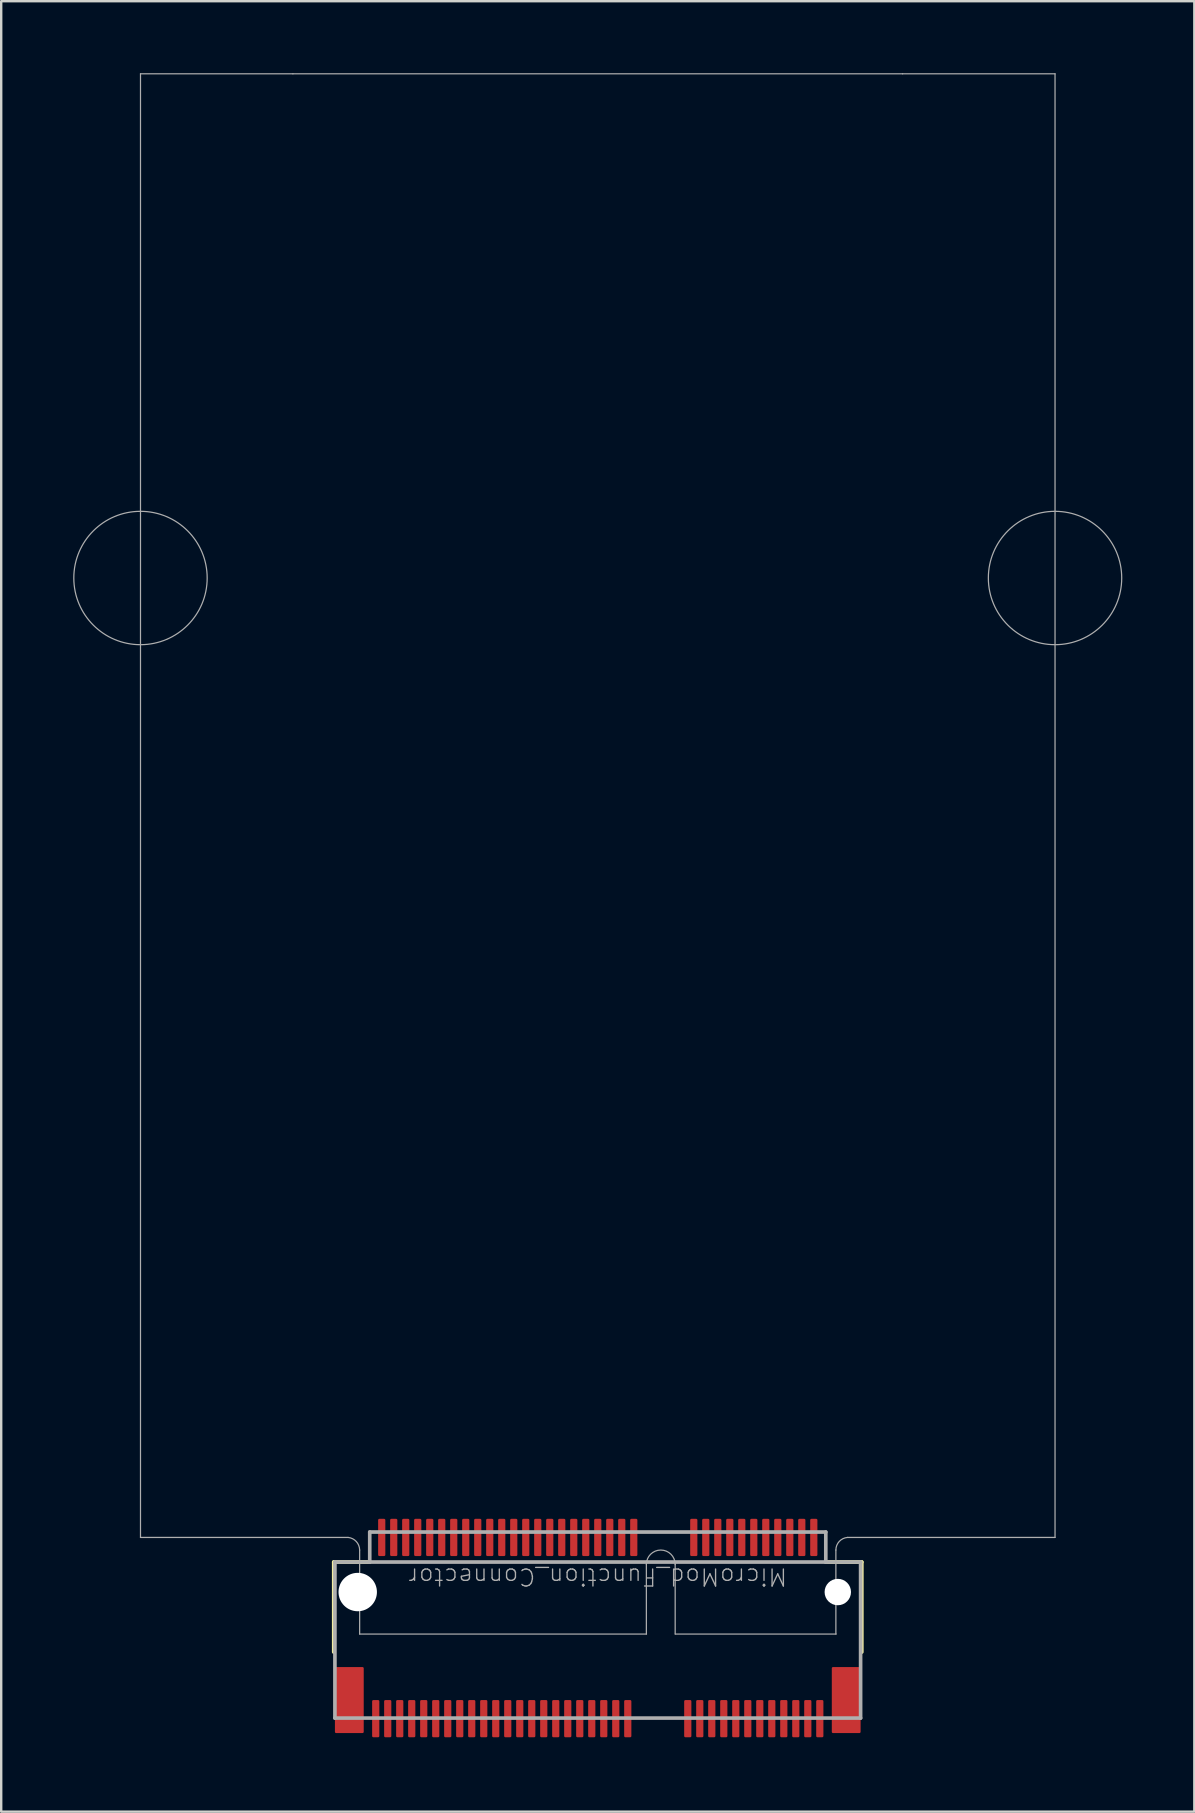
<source format=kicad_pcb>
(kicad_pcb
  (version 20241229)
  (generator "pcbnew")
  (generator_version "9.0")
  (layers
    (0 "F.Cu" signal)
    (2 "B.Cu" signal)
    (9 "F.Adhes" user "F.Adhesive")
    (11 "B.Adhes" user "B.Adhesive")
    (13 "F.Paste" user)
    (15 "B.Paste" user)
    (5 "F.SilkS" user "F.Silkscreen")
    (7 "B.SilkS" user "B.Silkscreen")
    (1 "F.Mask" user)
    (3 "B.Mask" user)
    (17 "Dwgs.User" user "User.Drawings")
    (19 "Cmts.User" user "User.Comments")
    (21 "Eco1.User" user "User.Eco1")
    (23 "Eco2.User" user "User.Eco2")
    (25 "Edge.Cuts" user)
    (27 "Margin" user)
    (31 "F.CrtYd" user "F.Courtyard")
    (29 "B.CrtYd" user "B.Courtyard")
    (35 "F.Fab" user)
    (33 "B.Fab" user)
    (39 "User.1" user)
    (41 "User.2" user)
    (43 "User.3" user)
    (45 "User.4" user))
  (footprint "MicroMod_Function_Connector"
    (layer "F.Cu")
    (at 21.853 63.275)
    (property "Reference" "MicroMod_Function_Connector" (at 0 -0.635 180) (unlocked yes) (layer "F.Fab") (effects (font (size 0.706 0.706) (thickness 0.056))))
    (fp_line (start -11 2.5) (end -11 -1.25) (stroke (width 0.152) (type solid)) (layer "F.SilkS"))
    (fp_line (start -9.5 -1.25) (end -11 -1.25) (stroke (width 0.152) (type solid)) (layer "F.SilkS"))
    (fp_line (start 11 -1.25) (end 9.5 -1.25) (stroke (width 0.152) (type solid)) (layer "F.SilkS"))
    (fp_line (start 11 2.5) (end 11 -1.25) (stroke (width 0.152) (type solid)) (layer "F.SilkS"))
    (fp_poly (pts (xy -9.4 6.15) (xy -9.1 6.15) (xy -9.1 4.4) (xy -9.4 4.4)) (stroke (width 0) (type default)) (fill yes) (layer "F.Paste"))
    (fp_poly (pts (xy -9.15 -1.4) (xy -8.85 -1.4) (xy -8.85 -3.15) (xy -9.15 -3.15)) (stroke (width 0) (type default)) (fill yes) (layer "F.Paste"))
    (fp_poly (pts (xy -8.9 6.15) (xy -8.6 6.15) (xy -8.6 4.4) (xy -8.9 4.4)) (stroke (width 0) (type default)) (fill yes) (layer "F.Paste"))
    (fp_poly (pts (xy -8.65 -1.4) (xy -8.35 -1.4) (xy -8.35 -3.15) (xy -8.65 -3.15)) (stroke (width 0) (type default)) (fill yes) (layer "F.Paste"))
    (fp_poly (pts (xy -8.4 6.15) (xy -8.1 6.15) (xy -8.1 4.4) (xy -8.4 4.4)) (stroke (width 0) (type default)) (fill yes) (layer "F.Paste"))
    (fp_poly (pts (xy -8.15 -1.4) (xy -7.85 -1.4) (xy -7.85 -3.15) (xy -8.15 -3.15)) (stroke (width 0) (type default)) (fill yes) (layer "F.Paste"))
    (fp_poly (pts (xy -7.9 6.15) (xy -7.6 6.15) (xy -7.6 4.4) (xy -7.9 4.4)) (stroke (width 0) (type default)) (fill yes) (layer "F.Paste"))
    (fp_poly (pts (xy -7.65 -1.4) (xy -7.35 -1.4) (xy -7.35 -3.15) (xy -7.65 -3.15)) (stroke (width 0) (type default)) (fill yes) (layer "F.Paste"))
    (fp_poly (pts (xy -7.4 6.15) (xy -7.1 6.15) (xy -7.1 4.4) (xy -7.4 4.4)) (stroke (width 0) (type default)) (fill yes) (layer "F.Paste"))
    (fp_poly (pts (xy -7.15 -1.4) (xy -6.85 -1.4) (xy -6.85 -3.15) (xy -7.15 -3.15)) (stroke (width 0) (type default)) (fill yes) (layer "F.Paste"))
    (fp_poly (pts (xy -6.9 6.15) (xy -6.6 6.15) (xy -6.6 4.4) (xy -6.9 4.4)) (stroke (width 0) (type default)) (fill yes) (layer "F.Paste"))
    (fp_poly (pts (xy -6.65 -1.4) (xy -6.35 -1.4) (xy -6.35 -3.15) (xy -6.65 -3.15)) (stroke (width 0) (type default)) (fill yes) (layer "F.Paste"))
    (fp_poly (pts (xy -6.4 6.15) (xy -6.1 6.15) (xy -6.1 4.4) (xy -6.4 4.4)) (stroke (width 0) (type default)) (fill yes) (layer "F.Paste"))
    (fp_poly (pts (xy -6.15 -1.4) (xy -5.85 -1.4) (xy -5.85 -3.15) (xy -6.15 -3.15)) (stroke (width 0) (type default)) (fill yes) (layer "F.Paste"))
    (fp_poly (pts (xy -5.9 6.15) (xy -5.6 6.15) (xy -5.6 4.4) (xy -5.9 4.4)) (stroke (width 0) (type default)) (fill yes) (layer "F.Paste"))
    (fp_poly (pts (xy -5.65 -1.4) (xy -5.35 -1.4) (xy -5.35 -3.15) (xy -5.65 -3.15)) (stroke (width 0) (type default)) (fill yes) (layer "F.Paste"))
    (fp_poly (pts (xy -5.4 6.15) (xy -5.1 6.15) (xy -5.1 4.4) (xy -5.4 4.4)) (stroke (width 0) (type default)) (fill yes) (layer "F.Paste"))
    (fp_poly (pts (xy -5.15 -1.4) (xy -4.85 -1.4) (xy -4.85 -3.15) (xy -5.15 -3.15)) (stroke (width 0) (type default)) (fill yes) (layer "F.Paste"))
    (fp_poly (pts (xy -4.9 6.15) (xy -4.6 6.15) (xy -4.6 4.4) (xy -4.9 4.4)) (stroke (width 0) (type default)) (fill yes) (layer "F.Paste"))
    (fp_poly (pts (xy -4.65 -1.4) (xy -4.35 -1.4) (xy -4.35 -3.15) (xy -4.65 -3.15)) (stroke (width 0) (type default)) (fill yes) (layer "F.Paste"))
    (fp_poly (pts (xy -4.4 6.15) (xy -4.1 6.15) (xy -4.1 4.4) (xy -4.4 4.4)) (stroke (width 0) (type default)) (fill yes) (layer "F.Paste"))
    (fp_poly (pts (xy -4.15 -1.4) (xy -3.85 -1.4) (xy -3.85 -3.15) (xy -4.15 -3.15)) (stroke (width 0) (type default)) (fill yes) (layer "F.Paste"))
    (fp_poly (pts (xy -3.9 6.15) (xy -3.6 6.15) (xy -3.6 4.4) (xy -3.9 4.4)) (stroke (width 0) (type default)) (fill yes) (layer "F.Paste"))
    (fp_poly (pts (xy -3.65 -1.4) (xy -3.35 -1.4) (xy -3.35 -3.15) (xy -3.65 -3.15)) (stroke (width 0) (type default)) (fill yes) (layer "F.Paste"))
    (fp_poly (pts (xy -3.4 6.15) (xy -3.1 6.15) (xy -3.1 4.4) (xy -3.4 4.4)) (stroke (width 0) (type default)) (fill yes) (layer "F.Paste"))
    (fp_poly (pts (xy -3.15 -1.4) (xy -2.85 -1.4) (xy -2.85 -3.15) (xy -3.15 -3.15)) (stroke (width 0) (type default)) (fill yes) (layer "F.Paste"))
    (fp_poly (pts (xy -2.9 6.15) (xy -2.6 6.15) (xy -2.6 4.4) (xy -2.9 4.4)) (stroke (width 0) (type default)) (fill yes) (layer "F.Paste"))
    (fp_poly (pts (xy -2.65 -1.4) (xy -2.35 -1.4) (xy -2.35 -3.15) (xy -2.65 -3.15)) (stroke (width 0) (type default)) (fill yes) (layer "F.Paste"))
    (fp_poly (pts (xy -2.4 6.15) (xy -2.1 6.15) (xy -2.1 4.4) (xy -2.4 4.4)) (stroke (width 0) (type default)) (fill yes) (layer "F.Paste"))
    (fp_poly (pts (xy -2.15 -1.4) (xy -1.85 -1.4) (xy -1.85 -3.15) (xy -2.15 -3.15)) (stroke (width 0) (type default)) (fill yes) (layer "F.Paste"))
    (fp_poly (pts (xy -1.9 6.15) (xy -1.6 6.15) (xy -1.6 4.4) (xy -1.9 4.4)) (stroke (width 0) (type default)) (fill yes) (layer "F.Paste"))
    (fp_poly (pts (xy -1.65 -1.4) (xy -1.35 -1.4) (xy -1.35 -3.15) (xy -1.65 -3.15)) (stroke (width 0) (type default)) (fill yes) (layer "F.Paste"))
    (fp_poly (pts (xy -1.4 6.15) (xy -1.1 6.15) (xy -1.1 4.4) (xy -1.4 4.4)) (stroke (width 0) (type default)) (fill yes) (layer "F.Paste"))
    (fp_poly (pts (xy -1.15 -1.4) (xy -0.85 -1.4) (xy -0.85 -3.15) (xy -1.15 -3.15)) (stroke (width 0) (type default)) (fill yes) (layer "F.Paste"))
    (fp_poly (pts (xy -0.9 6.15) (xy -0.6 6.15) (xy -0.6 4.4) (xy -0.9 4.4)) (stroke (width 0) (type default)) (fill yes) (layer "F.Paste"))
    (fp_poly (pts (xy -0.65 -1.4) (xy -0.35 -1.4) (xy -0.35 -3.15) (xy -0.65 -3.15)) (stroke (width 0) (type default)) (fill yes) (layer "F.Paste"))
    (fp_poly (pts (xy -0.4 6.15) (xy -0.1 6.15) (xy -0.1 4.4) (xy -0.4 4.4)) (stroke (width 0) (type default)) (fill yes) (layer "F.Paste"))
    (fp_poly (pts (xy -0.15 -1.4) (xy 0.15 -1.4) (xy 0.15 -3.15) (xy -0.15 -3.15)) (stroke (width 0) (type default)) (fill yes) (layer "F.Paste"))
    (fp_poly (pts (xy 0.1 6.15) (xy 0.4 6.15) (xy 0.4 4.4) (xy 0.1 4.4)) (stroke (width 0) (type default)) (fill yes) (layer "F.Paste"))
    (fp_poly (pts (xy 0.35 -1.4) (xy 0.65 -1.4) (xy 0.65 -3.15) (xy 0.35 -3.15)) (stroke (width 0) (type default)) (fill yes) (layer "F.Paste"))
    (fp_poly (pts (xy 0.6 6.15) (xy 0.9 6.15) (xy 0.9 4.4) (xy 0.6 4.4)) (stroke (width 0) (type default)) (fill yes) (layer "F.Paste"))
    (fp_poly (pts (xy 0.85 -1.4) (xy 1.15 -1.4) (xy 1.15 -3.15) (xy 0.85 -3.15)) (stroke (width 0) (type default)) (fill yes) (layer "F.Paste"))
    (fp_poly (pts (xy 1.1 6.15) (xy 1.4 6.15) (xy 1.4 4.4) (xy 1.1 4.4)) (stroke (width 0) (type default)) (fill yes) (layer "F.Paste"))
    (fp_poly (pts (xy 1.35 -1.4) (xy 1.65 -1.4) (xy 1.65 -3.15) (xy 1.35 -3.15)) (stroke (width 0) (type default)) (fill yes) (layer "F.Paste"))
    (fp_poly (pts (xy 3.6 6.15) (xy 3.9 6.15) (xy 3.9 4.4) (xy 3.6 4.4)) (stroke (width 0) (type default)) (fill yes) (layer "F.Paste"))
    (fp_poly (pts (xy 3.85 -1.4) (xy 4.15 -1.4) (xy 4.15 -3.15) (xy 3.85 -3.15)) (stroke (width 0) (type default)) (fill yes) (layer "F.Paste"))
    (fp_poly (pts (xy 4.1 6.15) (xy 4.4 6.15) (xy 4.4 4.4) (xy 4.1 4.4)) (stroke (width 0) (type default)) (fill yes) (layer "F.Paste"))
    (fp_poly (pts (xy 4.35 -1.4) (xy 4.65 -1.4) (xy 4.65 -3.15) (xy 4.35 -3.15)) (stroke (width 0) (type default)) (fill yes) (layer "F.Paste"))
    (fp_poly (pts (xy 4.6 6.15) (xy 4.9 6.15) (xy 4.9 4.4) (xy 4.6 4.4)) (stroke (width 0) (type default)) (fill yes) (layer "F.Paste"))
    (fp_poly (pts (xy 4.85 -1.4) (xy 5.15 -1.4) (xy 5.15 -3.15) (xy 4.85 -3.15)) (stroke (width 0) (type default)) (fill yes) (layer "F.Paste"))
    (fp_poly (pts (xy 5.1 6.15) (xy 5.4 6.15) (xy 5.4 4.4) (xy 5.1 4.4)) (stroke (width 0) (type default)) (fill yes) (layer "F.Paste"))
    (fp_poly (pts (xy 5.35 -1.4) (xy 5.65 -1.4) (xy 5.65 -3.15) (xy 5.35 -3.15)) (stroke (width 0) (type default)) (fill yes) (layer "F.Paste"))
    (fp_poly (pts (xy 5.6 6.15) (xy 5.9 6.15) (xy 5.9 4.4) (xy 5.6 4.4)) (stroke (width 0) (type default)) (fill yes) (layer "F.Paste"))
    (fp_poly (pts (xy 5.85 -1.4) (xy 6.15 -1.4) (xy 6.15 -3.15) (xy 5.85 -3.15)) (stroke (width 0) (type default)) (fill yes) (layer "F.Paste"))
    (fp_poly (pts (xy 6.1 6.15) (xy 6.4 6.15) (xy 6.4 4.4) (xy 6.1 4.4)) (stroke (width 0) (type default)) (fill yes) (layer "F.Paste"))
    (fp_poly (pts (xy 6.35 -1.4) (xy 6.65 -1.4) (xy 6.65 -3.15) (xy 6.35 -3.15)) (stroke (width 0) (type default)) (fill yes) (layer "F.Paste"))
    (fp_poly (pts (xy 6.6 6.15) (xy 6.9 6.15) (xy 6.9 4.4) (xy 6.6 4.4)) (stroke (width 0) (type default)) (fill yes) (layer "F.Paste"))
    (fp_poly (pts (xy 6.85 -1.4) (xy 7.15 -1.4) (xy 7.15 -3.15) (xy 6.85 -3.15)) (stroke (width 0) (type default)) (fill yes) (layer "F.Paste"))
    (fp_poly (pts (xy 7.1 6.15) (xy 7.4 6.15) (xy 7.4 4.4) (xy 7.1 4.4)) (stroke (width 0) (type default)) (fill yes) (layer "F.Paste"))
    (fp_poly (pts (xy 7.35 -1.4) (xy 7.65 -1.4) (xy 7.65 -3.15) (xy 7.35 -3.15)) (stroke (width 0) (type default)) (fill yes) (layer "F.Paste"))
    (fp_poly (pts (xy 7.6 6.15) (xy 7.9 6.15) (xy 7.9 4.4) (xy 7.6 4.4)) (stroke (width 0) (type default)) (fill yes) (layer "F.Paste"))
    (fp_poly (pts (xy 7.85 -1.4) (xy 8.15 -1.4) (xy 8.15 -3.15) (xy 7.85 -3.15)) (stroke (width 0) (type default)) (fill yes) (layer "F.Paste"))
    (fp_poly (pts (xy 8.1 6.15) (xy 8.4 6.15) (xy 8.4 4.4) (xy 8.1 4.4)) (stroke (width 0) (type default)) (fill yes) (layer "F.Paste"))
    (fp_poly (pts (xy 8.35 -1.4) (xy 8.65 -1.4) (xy 8.65 -3.15) (xy 8.35 -3.15)) (stroke (width 0) (type default)) (fill yes) (layer "F.Paste"))
    (fp_poly (pts (xy 8.6 6.15) (xy 8.9 6.15) (xy 8.9 4.4) (xy 8.6 4.4)) (stroke (width 0) (type default)) (fill yes) (layer "F.Paste"))
    (fp_poly (pts (xy 8.85 -1.4) (xy 9.15 -1.4) (xy 9.15 -3.15) (xy 8.85 -3.15)) (stroke (width 0) (type default)) (fill yes) (layer "F.Paste"))
    (fp_poly (pts (xy 9.1 6.15) (xy 9.4 6.15) (xy 9.4 4.4) (xy 9.1 4.4)) (stroke (width 0) (type default)) (fill yes) (layer "F.Paste"))
    (fp_line (start -19.05 -63.25) (end -12.7 -63.25) (stroke (width 0.051) (type solid)) (layer "F.Fab"))
    (fp_line (start -19.05 -2.275) (end -19.05 -63.25) (stroke (width 0.051) (type solid)) (layer "F.Fab"))
    (fp_line (start -12.7 -63.25) (end 12.7 -63.25) (stroke (width 0.051) (type solid)) (layer "F.Fab"))
    (fp_line (start -10.95 -1.25) (end -10.95 5.25) (stroke (width 0.152) (type solid)) (layer "F.Fab"))
    (fp_line (start -10.95 5.25) (end 10.95 5.25) (stroke (width 0.152) (type solid)) (layer "F.Fab"))
    (fp_line (start -10.4 -2.275) (end -19.05 -2.275) (stroke (width 0.051) (type solid)) (layer "F.Fab"))
    (fp_line (start -9.92 1.75) (end -9.92 -1.75) (stroke (width 0.051) (type solid)) (layer "F.Fab"))
    (fp_line (start -9.5 -2.5) (end -9.5 -1.25) (stroke (width 0.152) (type solid)) (layer "F.Fab"))
    (fp_line (start -9.5 -1.25) (end -10.95 -1.25) (stroke (width 0.152) (type solid)) (layer "F.Fab"))
    (fp_line (start 2.025 -1.15) (end 2.025 1.75) (stroke (width 0.051) (type solid)) (layer "F.Fab"))
    (fp_line (start 2.03 1.75) (end -9.92 1.75) (stroke (width 0.051) (type solid)) (layer "F.Fab"))
    (fp_line (start 3.225 -1.15) (end 3.225 1.75) (stroke (width 0.051) (type solid)) (layer "F.Fab"))
    (fp_line (start 9.5 -2.5) (end -9.5 -2.5) (stroke (width 0.152) (type solid)) (layer "F.Fab"))
    (fp_line (start 9.5 -2.5) (end 9.5 -1.25) (stroke (width 0.152) (type solid)) (layer "F.Fab"))
    (fp_line (start 9.5 -1.25) (end -9.5 -1.25) (stroke (width 0.152) (type solid)) (layer "F.Fab"))
    (fp_line (start 9.92 -1.75) (end 9.92 1.75) (stroke (width 0.051) (type solid)) (layer "F.Fab"))
    (fp_line (start 9.93 1.75) (end 3.23 1.75) (stroke (width 0.051) (type solid)) (layer "F.Fab"))
    (fp_line (start 10.4 -2.275) (end 19.05 -2.275) (stroke (width 0.051) (type solid)) (layer "F.Fab"))
    (fp_line (start 10.95 -1.25) (end 9.5 -1.25) (stroke (width 0.152) (type solid)) (layer "F.Fab"))
    (fp_line (start 10.95 5.25) (end 10.95 -1.25) (stroke (width 0.152) (type solid)) (layer "F.Fab"))
    (fp_line (start 12.7 -63.25) (end 19.05 -63.25) (stroke (width 0.051) (type solid)) (layer "F.Fab"))
    (fp_line (start 19.05 -2.275) (end 19.05 -63.25) (stroke (width 0.051) (type solid)) (layer "F.Fab"))
    (fp_arc (start -10.4 -2.275) (mid -10.059471 -2.104412) (end -9.919998 -1.75) (stroke (width 0.0508) (type solid)) (layer "F.Fab"))
    (fp_arc (start 2.025 -1.15) (mid 2.625 -1.75) (end 3.225 -1.15) (stroke (width 0.0508) (type solid)) (layer "F.Fab"))
    (fp_arc (start 9.919999 -1.750001) (mid 10.057986 -2.10577) (end 10.4 -2.275) (stroke (width 0.0508) (type solid)) (layer "F.Fab"))
    (fp_circle (center -19.05 -42.245) (end -16.272 -42.245) (stroke (width 0.051) (type solid)) (fill no) (layer "F.Fab"))
    (fp_circle (center 19.05 -42.245) (end 21.828 -42.245) (stroke (width 0.051) (type solid)) (fill no) (layer "F.Fab"))
    (pad "" np_thru_hole circle (at -10 0) (size 1.6 1.6) (drill 1.6) (layers "*.Cu" "*.Mask"))
    (pad "" np_thru_hole circle (at 10 0) (size 1.1 1.1) (drill 1.1) (layers "*.Cu" "*.Mask"))
    (pad "1" smd roundrect (at 9.25 5.275 180) (size 0.3 1.55) (layers "F.Cu" "F.Mask") (roundrect_rratio 0.169))
    (pad "2" smd roundrect (at 9 -2.275 180) (size 0.3 1.55) (layers "F.Cu" "F.Mask") (roundrect_rratio 0.169))
    (pad "3" smd roundrect (at 8.75 5.275 180) (size 0.3 1.55) (layers "F.Cu" "F.Mask") (roundrect_rratio 0.169))
    (pad "4" smd roundrect (at 8.5 -2.275 180) (size 0.3 1.55) (layers "F.Cu" "F.Mask") (roundrect_rratio 0.169))
    (pad "5" smd roundrect (at 8.25 5.275 180) (size 0.3 1.55) (layers "F.Cu" "F.Mask") (roundrect_rratio 0.169))
    (pad "6" smd roundrect (at 8 -2.275 180) (size 0.3 1.55) (layers "F.Cu" "F.Mask") (roundrect_rratio 0.169))
    (pad "7" smd roundrect (at 7.75 5.275 180) (size 0.3 1.55) (layers "F.Cu" "F.Mask") (roundrect_rratio 0.169))
    (pad "8" smd roundrect (at 7.5 -2.275 180) (size 0.3 1.55) (layers "F.Cu" "F.Mask") (roundrect_rratio 0.169))
    (pad "9" smd roundrect (at 7.25 5.275 180) (size 0.3 1.55) (layers "F.Cu" "F.Mask") (roundrect_rratio 0.169))
    (pad "10" smd roundrect (at 7 -2.275 180) (size 0.3 1.55) (layers "F.Cu" "F.Mask") (roundrect_rratio 0.169))
    (pad "11" smd roundrect (at 6.75 5.275 180) (size 0.3 1.55) (layers "F.Cu" "F.Mask") (roundrect_rratio 0.169))
    (pad "12" smd roundrect (at 6.5 -2.275 180) (size 0.3 1.55) (layers "F.Cu" "F.Mask") (roundrect_rratio 0.169))
    (pad "13" smd roundrect (at 6.25 5.275 180) (size 0.3 1.55) (layers "F.Cu" "F.Mask") (roundrect_rratio 0.169))
    (pad "14" smd roundrect (at 6 -2.275 180) (size 0.3 1.55) (layers "F.Cu" "F.Mask") (roundrect_rratio 0.169))
    (pad "15" smd roundrect (at 5.75 5.275 180) (size 0.3 1.55) (layers "F.Cu" "F.Mask") (roundrect_rratio 0.169))
    (pad "16" smd roundrect (at 5.5 -2.275 180) (size 0.3 1.55) (layers "F.Cu" "F.Mask") (roundrect_rratio 0.169))
    (pad "17" smd roundrect (at 5.25 5.275 180) (size 0.3 1.55) (layers "F.Cu" "F.Mask") (roundrect_rratio 0.169))
    (pad "18" smd roundrect (at 5 -2.275 180) (size 0.3 1.55) (layers "F.Cu" "F.Mask") (roundrect_rratio 0.169))
    (pad "19" smd roundrect (at 4.75 5.275 180) (size 0.3 1.55) (layers "F.Cu" "F.Mask") (roundrect_rratio 0.169))
    (pad "20" smd roundrect (at 4.5 -2.275 180) (size 0.3 1.55) (layers "F.Cu" "F.Mask") (roundrect_rratio 0.169))
    (pad "21" smd roundrect (at 4.25 5.275 180) (size 0.3 1.55) (layers "F.Cu" "F.Mask") (roundrect_rratio 0.169))
    (pad "22" smd roundrect (at 4 -2.275 180) (size 0.3 1.55) (layers "F.Cu" "F.Mask") (roundrect_rratio 0.169))
    (pad "23" smd roundrect (at 3.75 5.275 180) (size 0.3 1.55) (layers "F.Cu" "F.Mask") (roundrect_rratio 0.169))
    (pad "32" smd roundrect (at 1.5 -2.275 180) (size 0.3 1.55) (layers "F.Cu" "F.Mask") (roundrect_rratio 0.169))
    (pad "33" smd roundrect (at 1.25 5.275 180) (size 0.3 1.55) (layers "F.Cu" "F.Mask") (roundrect_rratio 0.169))
    (pad "34" smd roundrect (at 1 -2.275 180) (size 0.3 1.55) (layers "F.Cu" "F.Mask") (roundrect_rratio 0.169))
    (pad "35" smd roundrect (at 0.75 5.275 180) (size 0.3 1.55) (layers "F.Cu" "F.Mask") (roundrect_rratio 0.169))
    (pad "36" smd roundrect (at 0.5 -2.275 180) (size 0.3 1.55) (layers "F.Cu" "F.Mask") (roundrect_rratio 0.169))
    (pad "37" smd roundrect (at 0.25 5.275 180) (size 0.3 1.55) (layers "F.Cu" "F.Mask") (roundrect_rratio 0.169))
    (pad "38" smd roundrect (at 0 -2.275 180) (size 0.3 1.55) (layers "F.Cu" "F.Mask") (roundrect_rratio 0.169))
    (pad "39" smd roundrect (at -0.25 5.275 180) (size 0.3 1.55) (layers "F.Cu" "F.Mask") (roundrect_rratio 0.169))
    (pad "40" smd roundrect (at -0.5 -2.275 180) (size 0.3 1.55) (layers "F.Cu" "F.Mask") (roundrect_rratio 0.169))
    (pad "41" smd roundrect (at -0.75 5.275 180) (size 0.3 1.55) (layers "F.Cu" "F.Mask") (roundrect_rratio 0.169))
    (pad "42" smd roundrect (at -1 -2.275 180) (size 0.3 1.55) (layers "F.Cu" "F.Mask") (roundrect_rratio 0.169))
    (pad "43" smd roundrect (at -1.25 5.275 180) (size 0.3 1.55) (layers "F.Cu" "F.Mask") (roundrect_rratio 0.169))
    (pad "44" smd roundrect (at -1.5 -2.275 180) (size 0.3 1.55) (layers "F.Cu" "F.Mask") (roundrect_rratio 0.169))
    (pad "45" smd roundrect (at -1.75 5.275 180) (size 0.3 1.55) (layers "F.Cu" "F.Mask") (roundrect_rratio 0.169))
    (pad "46" smd roundrect (at -2 -2.275 180) (size 0.3 1.55) (layers "F.Cu" "F.Mask") (roundrect_rratio 0.169))
    (pad "47" smd roundrect (at -2.25 5.275 180) (size 0.3 1.55) (layers "F.Cu" "F.Mask") (roundrect_rratio 0.169))
    (pad "48" smd roundrect (at -2.5 -2.275 180) (size 0.3 1.55) (layers "F.Cu" "F.Mask") (roundrect_rratio 0.169))
    (pad "49" smd roundrect (at -2.75 5.275 180) (size 0.3 1.55) (layers "F.Cu" "F.Mask") (roundrect_rratio 0.169))
    (pad "50" smd roundrect (at -3 -2.275 180) (size 0.3 1.55) (layers "F.Cu" "F.Mask") (roundrect_rratio 0.169))
    (pad "51" smd roundrect (at -3.25 5.275 180) (size 0.3 1.55) (layers "F.Cu" "F.Mask") (roundrect_rratio 0.169))
    (pad "52" smd roundrect (at -3.5 -2.275 180) (size 0.3 1.55) (layers "F.Cu" "F.Mask") (roundrect_rratio 0.169))
    (pad "53" smd roundrect (at -3.75 5.275 180) (size 0.3 1.55) (layers "F.Cu" "F.Mask") (roundrect_rratio 0.169))
    (pad "54" smd roundrect (at -4 -2.275 180) (size 0.3 1.55) (layers "F.Cu" "F.Mask") (roundrect_rratio 0.169))
    (pad "55" smd roundrect (at -4.25 5.275 180) (size 0.3 1.55) (layers "F.Cu" "F.Mask") (roundrect_rratio 0.169))
    (pad "56" smd roundrect (at -4.5 -2.275 180) (size 0.3 1.55) (layers "F.Cu" "F.Mask") (roundrect_rratio 0.169))
    (pad "57" smd roundrect (at -4.75 5.275 180) (size 0.3 1.55) (layers "F.Cu" "F.Mask") (roundrect_rratio 0.169))
    (pad "58" smd roundrect (at -5 -2.275 180) (size 0.3 1.55) (layers "F.Cu" "F.Mask") (roundrect_rratio 0.169))
    (pad "59" smd roundrect (at -5.25 5.275 180) (size 0.3 1.55) (layers "F.Cu" "F.Mask") (roundrect_rratio 0.169))
    (pad "60" smd roundrect (at -5.5 -2.275 180) (size 0.3 1.55) (layers "F.Cu" "F.Mask") (roundrect_rratio 0.169))
    (pad "61" smd roundrect (at -5.75 5.275 180) (size 0.3 1.55) (layers "F.Cu" "F.Mask") (roundrect_rratio 0.169))
    (pad "62" smd roundrect (at -6 -2.275 180) (size 0.3 1.55) (layers "F.Cu" "F.Mask") (roundrect_rratio 0.169))
    (pad "63" smd roundrect (at -6.25 5.275 180) (size 0.3 1.55) (layers "F.Cu" "F.Mask") (roundrect_rratio 0.169))
    (pad "64" smd roundrect (at -6.5 -2.275 180) (size 0.3 1.55) (layers "F.Cu" "F.Mask") (roundrect_rratio 0.169))
    (pad "65" smd roundrect (at -6.75 5.275 180) (size 0.3 1.55) (layers "F.Cu" "F.Mask") (roundrect_rratio 0.169))
    (pad "66" smd roundrect (at -7 -2.275 180) (size 0.3 1.55) (layers "F.Cu" "F.Mask") (roundrect_rratio 0.169))
    (pad "67" smd roundrect (at -7.25 5.275 180) (size 0.3 1.55) (layers "F.Cu" "F.Mask") (roundrect_rratio 0.169))
    (pad "68" smd roundrect (at -7.5 -2.275 180) (size 0.3 1.55) (layers "F.Cu" "F.Mask") (roundrect_rratio 0.169))
    (pad "69" smd roundrect (at -7.75 5.275 180) (size 0.3 1.55) (layers "F.Cu" "F.Mask") (roundrect_rratio 0.169))
    (pad "70" smd roundrect (at -8 -2.275 180) (size 0.3 1.55) (layers "F.Cu" "F.Mask") (roundrect_rratio 0.169))
    (pad "71" smd roundrect (at -8.25 5.275 180) (size 0.3 1.55) (layers "F.Cu" "F.Mask") (roundrect_rratio 0.169))
    (pad "72" smd roundrect (at -8.5 -2.275 180) (size 0.3 1.55) (layers "F.Cu" "F.Mask") (roundrect_rratio 0.169))
    (pad "73" smd roundrect (at -8.75 5.275 180) (size 0.3 1.55) (layers "F.Cu" "F.Mask") (roundrect_rratio 0.169))
    (pad "74" smd roundrect (at -9 -2.275 180) (size 0.3 1.55) (layers "F.Cu" "F.Mask") (roundrect_rratio 0.169))
    (pad "75" smd roundrect (at -9.25 5.275 180) (size 0.3 1.55) (layers "F.Cu" "F.Mask") (roundrect_rratio 0.169))
    (pad "A1" smd roundrect (at 10.35 4.5 180) (size 1.2 2.75) (layers "F.Cu" "F.Mask" "F.Paste") (roundrect_rratio 0.042))
    (pad "A2" smd roundrect (at -10.35 4.5 180) (size 1.2 2.75) (layers "F.Cu" "F.Mask" "F.Paste") (roundrect_rratio 0.042)))
  (gr_rect
    (start -3 -3)
    (end 46.706 72.425)
    (stroke (width 0.1) (type default))
    (fill no)
    (layer "Edge.Cuts")))
</source>
